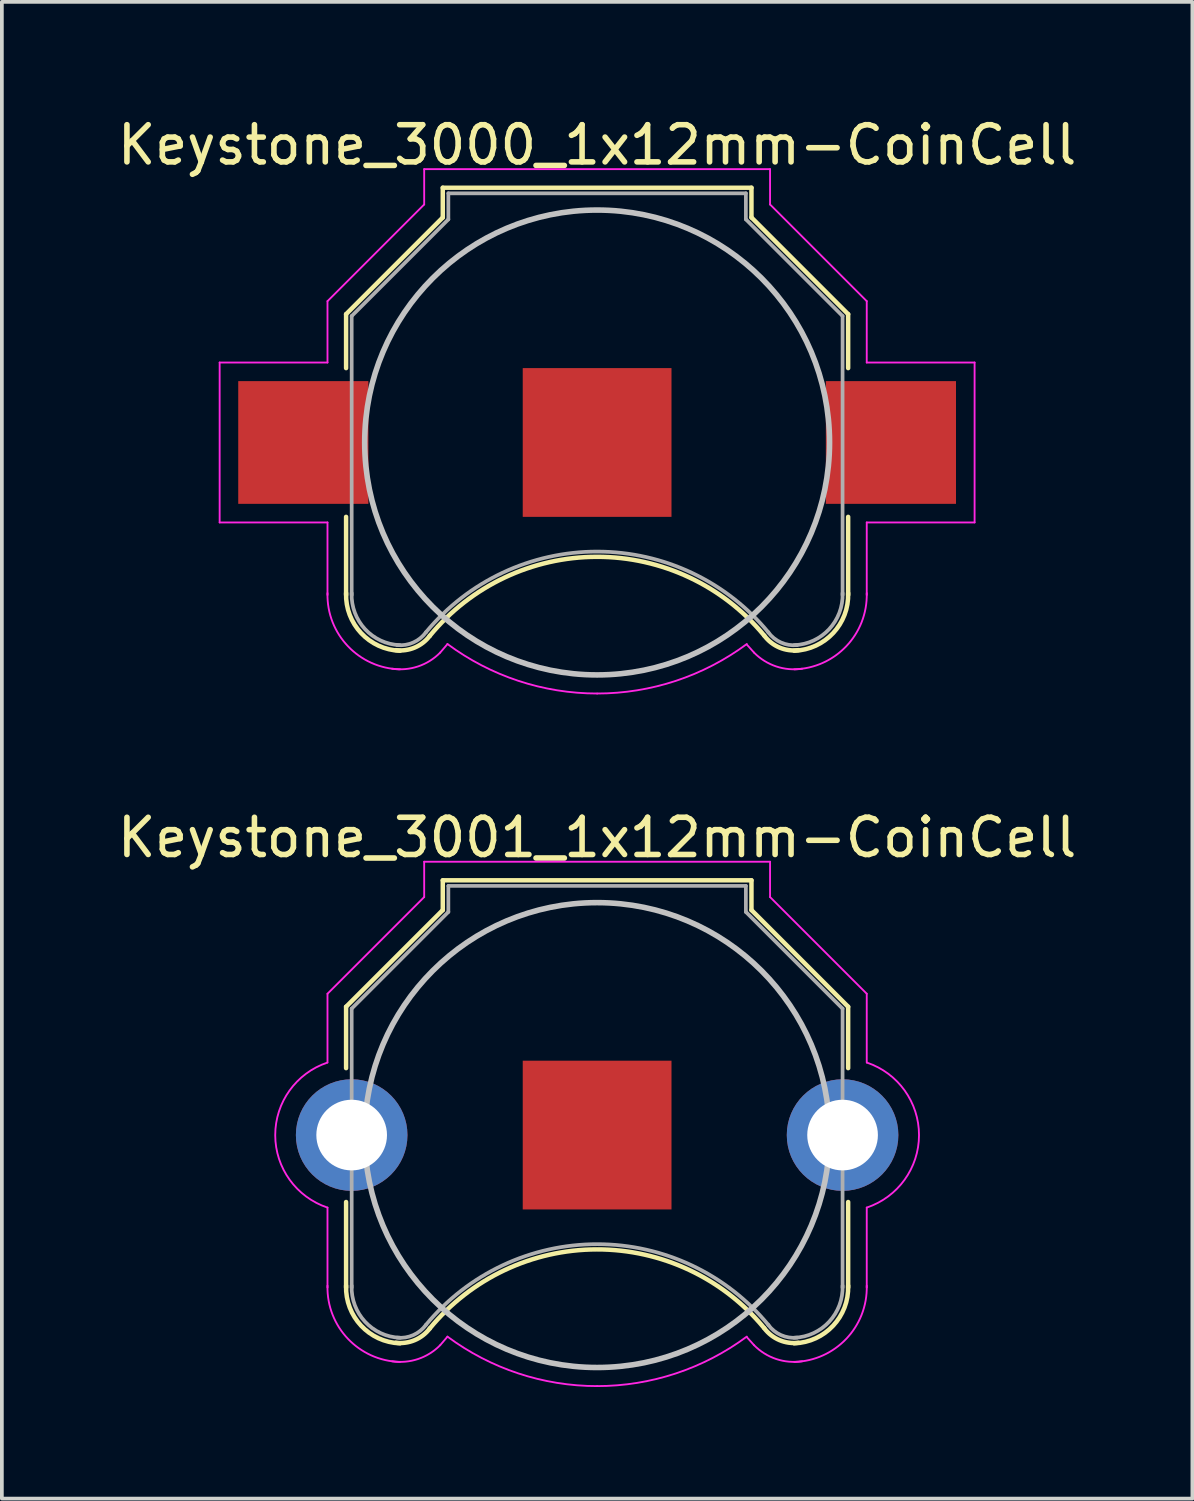
<source format=kicad_pcb>
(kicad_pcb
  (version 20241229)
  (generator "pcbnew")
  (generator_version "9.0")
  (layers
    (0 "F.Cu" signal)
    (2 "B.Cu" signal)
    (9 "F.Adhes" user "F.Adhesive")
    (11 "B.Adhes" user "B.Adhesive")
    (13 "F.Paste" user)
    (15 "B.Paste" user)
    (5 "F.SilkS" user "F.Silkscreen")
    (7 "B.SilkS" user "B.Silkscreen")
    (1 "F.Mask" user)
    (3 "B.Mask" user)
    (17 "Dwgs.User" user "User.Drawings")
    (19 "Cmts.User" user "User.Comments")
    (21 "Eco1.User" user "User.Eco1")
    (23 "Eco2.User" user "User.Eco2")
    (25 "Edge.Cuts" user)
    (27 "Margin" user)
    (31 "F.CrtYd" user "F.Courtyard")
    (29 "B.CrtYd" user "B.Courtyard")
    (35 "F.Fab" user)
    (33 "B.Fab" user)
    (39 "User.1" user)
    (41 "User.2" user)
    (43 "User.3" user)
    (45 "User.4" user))
  (footprint "Keystone_3001_1x12mm-CoinCell"
    (layer "F.Cu")
    (at 13.006 27.471)
    (property "Reference" "Keystone_3001_1x12mm-CoinCell" (at 0 -8 0) (layer "F.SilkS") (effects (font (size 1 1) (thickness 0.15))))
    (attr through_hole)
    (fp_line (start -6.75 -3.45) (end -4.15 -6.05) (stroke (width 0.12) (type solid)) (layer "F.SilkS"))
    (fp_line (start -6.75 -1.8) (end -6.75 -3.45) (stroke (width 0.12) (type solid)) (layer "F.SilkS"))
    (fp_line (start -6.75 1.8) (end -6.75 4.1) (stroke (width 0.12) (type solid)) (layer "F.SilkS"))
    (fp_line (start -4.15 -6.85) (end 4.15 -6.85) (stroke (width 0.12) (type solid)) (layer "F.SilkS"))
    (fp_line (start -4.15 -6.05) (end -4.15 -6.85) (stroke (width 0.12) (type solid)) (layer "F.SilkS"))
    (fp_line (start 4.15 -6.85) (end 4.15 -6.05) (stroke (width 0.12) (type solid)) (layer "F.SilkS"))
    (fp_line (start 4.15 -6.05) (end 6.75 -3.45) (stroke (width 0.12) (type solid)) (layer "F.SilkS"))
    (fp_line (start 6.75 -3.45) (end 6.75 -1.8) (stroke (width 0.12) (type solid)) (layer "F.SilkS"))
    (fp_line (start 6.75 1.8) (end 6.75 4.1) (stroke (width 0.12) (type solid)) (layer "F.SilkS"))
    (fp_arc (start -5.3 5.6) (mid -6.346016 5.125305) (end -6.75 4.05) (stroke (width 0.12) (type solid)) (layer "F.SilkS"))
    (fp_arc (start -4.5 5.2) (mid -4.90584 5.514615) (end -5.414615 5.58416) (stroke (width 0.12) (type solid)) (layer "F.SilkS"))
    (fp_arc (start -4.5 5.2) (mid -0.007341 3.0742) (end 4.490661 5.188671) (stroke (width 0.12) (type solid)) (layer "F.SilkS"))
    (fp_arc (start 5.414615 5.58416) (mid 4.90584 5.514615) (end 4.5 5.2) (stroke (width 0.12) (type solid)) (layer "F.SilkS"))
    (fp_arc (start 6.75 4.05) (mid 6.346016 5.125305) (end 5.3 5.6) (stroke (width 0.12) (type solid)) (layer "F.SilkS"))
    (fp_circle (center 0 0) (end 0 6.25) (stroke (width 0.15) (type solid)) (fill no) (layer "Dwgs.User"))
    (fp_line (start -7.25 -3.8) (end -4.65 -6.4) (stroke (width 0.05) (type solid)) (layer "F.CrtYd"))
    (fp_line (start -7.25 -1.95) (end -7.25 -3.8) (stroke (width 0.05) (type solid)) (layer "F.CrtYd"))
    (fp_line (start -7.25 1.95) (end -7.25 4.1) (stroke (width 0.05) (type solid)) (layer "F.CrtYd"))
    (fp_line (start -4.65 -7.35) (end 4.65 -7.35) (stroke (width 0.05) (type solid)) (layer "F.CrtYd"))
    (fp_line (start -4.65 -6.4) (end -4.65 -7.35) (stroke (width 0.05) (type solid)) (layer "F.CrtYd"))
    (fp_line (start 4.65 -6.4) (end 4.65 -7.35) (stroke (width 0.05) (type solid)) (layer "F.CrtYd"))
    (fp_line (start 7.25 -3.8) (end 4.65 -6.4) (stroke (width 0.05) (type solid)) (layer "F.CrtYd"))
    (fp_line (start 7.25 -1.95) (end 7.25 -3.8) (stroke (width 0.05) (type solid)) (layer "F.CrtYd"))
    (fp_line (start 7.25 1.95) (end 7.25 4.1) (stroke (width 0.05) (type solid)) (layer "F.CrtYd"))
    (fp_arc (start -7.25 1.95) (mid -8.655479 0.002334) (end -7.254426 -1.948519) (stroke (width 0.05) (type solid)) (layer "F.CrtYd"))
    (fp_arc (start -5.3 6.1) (mid -6.699569 5.478858) (end -7.25 4.05) (stroke (width 0.05) (type solid)) (layer "F.CrtYd"))
    (fp_arc (start -4.22 5.65) (mid -4.814553 6.021742) (end -5.513125 6.082436) (stroke (width 0.05) (type solid)) (layer "F.CrtYd"))
    (fp_arc (start -4.22 5.65) (mid -4.123743 5.534157) (end -4.024388 5.42096) (stroke (width 0.05) (type solid)) (layer "F.CrtYd"))
    (fp_arc (start 0 6.75) (mid -2.119449 6.408622) (end -4.024518 5.419018) (stroke (width 0.05) (type solid)) (layer "F.CrtYd"))
    (fp_arc (start 4.024518 5.419018) (mid 2.119449 6.408622) (end 0 6.75) (stroke (width 0.05) (type solid)) (layer "F.CrtYd"))
    (fp_arc (start 4.02471 5.432858) (mid 4.123824 5.540108) (end 4.22 5.65) (stroke (width 0.05) (type solid)) (layer "F.CrtYd"))
    (fp_arc (start 5.513125 6.082436) (mid 4.814553 6.021742) (end 4.22 5.65) (stroke (width 0.05) (type solid)) (layer "F.CrtYd"))
    (fp_arc (start 7.25 4.05) (mid 6.699569 5.478858) (end 5.3 6.1) (stroke (width 0.05) (type solid)) (layer "F.CrtYd"))
    (fp_arc (start 7.254426 -1.948519) (mid 8.655479 0.002334) (end 7.25 1.95) (stroke (width 0.05) (type solid)) (layer "F.CrtYd"))
    (fp_line (start -6.6 -3.4) (end -6.6 4.1) (stroke (width 0.1) (type solid)) (layer "F.Fab"))
    (fp_line (start -4 -6.7) (end -4 -6) (stroke (width 0.1) (type solid)) (layer "F.Fab"))
    (fp_line (start -4 -6.7) (end 4 -6.7) (stroke (width 0.1) (type solid)) (layer "F.Fab"))
    (fp_line (start -4 -6) (end -6.6 -3.4) (stroke (width 0.1) (type solid)) (layer "F.Fab"))
    (fp_line (start 4 -6.7) (end 4 -6) (stroke (width 0.1) (type solid)) (layer "F.Fab"))
    (fp_line (start 4 -6) (end 6.6 -3.4) (stroke (width 0.1) (type solid)) (layer "F.Fab"))
    (fp_line (start 6.6 -3.4) (end 6.6 4.1) (stroke (width 0.1) (type solid)) (layer "F.Fab"))
    (fp_arc (start -5.3 5.45) (mid -6.239949 5.019239) (end -6.6 4.05) (stroke (width 0.1) (type solid)) (layer "F.Fab"))
    (fp_arc (start -4.6 5.1) (mid -4.942443 5.378013) (end -5.378013 5.447558) (stroke (width 0.1) (type solid)) (layer "F.Fab"))
    (fp_arc (start -4.6 5.1) (mid 0.006214 2.93343) (end 4.607905 5.109589) (stroke (width 0.1) (type solid)) (layer "F.Fab"))
    (fp_arc (start 5.378013 5.447558) (mid 4.942442 5.378013) (end 4.6 5.1) (stroke (width 0.1) (type solid)) (layer "F.Fab"))
    (fp_arc (start 6.6 4.05) (mid 6.239949 5.019239) (end 5.3 5.45) (stroke (width 0.1) (type solid)) (layer "F.Fab"))
    (pad "1" thru_hole circle (at -6.6 0) (size 3 3) (drill 1.9) (layers "*.Cu" "*.Mask"))
    (pad "1" thru_hole circle (at 6.6 0) (size 3 3) (drill 1.9) (layers "*.Cu" "*.Mask"))
    (pad "2" smd rect (at 0 0) (size 4 4) (layers "F.Cu" "F.Mask")))
  (footprint "Keystone_3000_1x12mm-CoinCell"
    (layer "F.Cu")
    (at 13.006 8.848)
    (property "Reference" "Keystone_3000_1x12mm-CoinCell" (at 0 -8 0) (layer "F.SilkS") (effects (font (size 1 1) (thickness 0.15))))
    (attr smd)
    (fp_line (start -6.75 -3.45) (end -4.15 -6.05) (stroke (width 0.12) (type solid)) (layer "F.SilkS"))
    (fp_line (start -6.75 -2) (end -6.75 -3.45) (stroke (width 0.12) (type solid)) (layer "F.SilkS"))
    (fp_line (start -6.75 2) (end -6.75 4.1) (stroke (width 0.12) (type solid)) (layer "F.SilkS"))
    (fp_line (start -4.15 -6.85) (end 4.15 -6.85) (stroke (width 0.12) (type solid)) (layer "F.SilkS"))
    (fp_line (start -4.15 -6.05) (end -4.15 -6.85) (stroke (width 0.12) (type solid)) (layer "F.SilkS"))
    (fp_line (start 4.15 -6.85) (end 4.15 -6.05) (stroke (width 0.12) (type solid)) (layer "F.SilkS"))
    (fp_line (start 4.15 -6.05) (end 6.75 -3.45) (stroke (width 0.12) (type solid)) (layer "F.SilkS"))
    (fp_line (start 6.75 -3.45) (end 6.75 -2) (stroke (width 0.12) (type solid)) (layer "F.SilkS"))
    (fp_line (start 6.75 2) (end 6.75 4.1) (stroke (width 0.12) (type solid)) (layer "F.SilkS"))
    (fp_arc (start -5.3 5.6) (mid -6.346016 5.125305) (end -6.75 4.05) (stroke (width 0.12) (type solid)) (layer "F.SilkS"))
    (fp_arc (start -4.5 5.2) (mid -4.90584 5.514615) (end -5.414615 5.58416) (stroke (width 0.12) (type solid)) (layer "F.SilkS"))
    (fp_arc (start -4.5 5.2) (mid -0.007341 3.0742) (end 4.490661 5.188671) (stroke (width 0.12) (type solid)) (layer "F.SilkS"))
    (fp_arc (start 5.414615 5.58416) (mid 4.90584 5.514615) (end 4.5 5.2) (stroke (width 0.12) (type solid)) (layer "F.SilkS"))
    (fp_arc (start 6.75 4.05) (mid 6.346016 5.125305) (end 5.3 5.6) (stroke (width 0.12) (type solid)) (layer "F.SilkS"))
    (fp_circle (center 0 0) (end 0 6.25) (stroke (width 0.15) (type solid)) (fill no) (layer "Dwgs.User"))
    (fp_line (start -10.15 -2.15) (end -10.15 2.15) (stroke (width 0.05) (type solid)) (layer "F.CrtYd"))
    (fp_line (start -10.15 2.15) (end -7.25 2.15) (stroke (width 0.05) (type solid)) (layer "F.CrtYd"))
    (fp_line (start -7.25 -3.8) (end -4.65 -6.4) (stroke (width 0.05) (type solid)) (layer "F.CrtYd"))
    (fp_line (start -7.25 -2.15) (end -10.15 -2.15) (stroke (width 0.05) (type solid)) (layer "F.CrtYd"))
    (fp_line (start -7.25 -2.15) (end -7.25 -3.8) (stroke (width 0.05) (type solid)) (layer "F.CrtYd"))
    (fp_line (start -7.25 2.15) (end -7.25 4.1) (stroke (width 0.05) (type solid)) (layer "F.CrtYd"))
    (fp_line (start -4.65 -7.35) (end 4.65 -7.35) (stroke (width 0.05) (type solid)) (layer "F.CrtYd"))
    (fp_line (start -4.65 -6.4) (end -4.65 -7.35) (stroke (width 0.05) (type solid)) (layer "F.CrtYd"))
    (fp_line (start 4.65 -6.4) (end 4.65 -7.35) (stroke (width 0.05) (type solid)) (layer "F.CrtYd"))
    (fp_line (start 7.25 -3.8) (end 4.65 -6.4) (stroke (width 0.05) (type solid)) (layer "F.CrtYd"))
    (fp_line (start 7.25 -2.15) (end 7.25 -3.8) (stroke (width 0.05) (type solid)) (layer "F.CrtYd"))
    (fp_line (start 7.25 -2.15) (end 10.15 -2.15) (stroke (width 0.05) (type solid)) (layer "F.CrtYd"))
    (fp_line (start 7.25 2.15) (end 7.25 4.1) (stroke (width 0.05) (type solid)) (layer "F.CrtYd"))
    (fp_line (start 10.15 -2.15) (end 10.15 2.15) (stroke (width 0.05) (type solid)) (layer "F.CrtYd"))
    (fp_line (start 10.15 2.15) (end 7.25 2.15) (stroke (width 0.05) (type solid)) (layer "F.CrtYd"))
    (fp_arc (start -5.3 6.1) (mid -6.699569 5.478858) (end -7.25 4.05) (stroke (width 0.05) (type solid)) (layer "F.CrtYd"))
    (fp_arc (start -4.22 5.65) (mid -4.814553 6.021742) (end -5.513125 6.082436) (stroke (width 0.05) (type solid)) (layer "F.CrtYd"))
    (fp_arc (start -4.22 5.65) (mid -4.123743 5.534157) (end -4.024388 5.42096) (stroke (width 0.05) (type solid)) (layer "F.CrtYd"))
    (fp_arc (start 0 6.75) (mid -2.119449 6.408622) (end -4.024518 5.419018) (stroke (width 0.05) (type solid)) (layer "F.CrtYd"))
    (fp_arc (start 4.024518 5.419018) (mid 2.119449 6.408622) (end 0 6.75) (stroke (width 0.05) (type solid)) (layer "F.CrtYd"))
    (fp_arc (start 4.02471 5.432858) (mid 4.123824 5.540108) (end 4.22 5.65) (stroke (width 0.05) (type solid)) (layer "F.CrtYd"))
    (fp_arc (start 5.513125 6.082436) (mid 4.814553 6.021742) (end 4.22 5.65) (stroke (width 0.05) (type solid)) (layer "F.CrtYd"))
    (fp_arc (start 7.25 4.05) (mid 6.699569 5.478858) (end 5.3 6.1) (stroke (width 0.05) (type solid)) (layer "F.CrtYd"))
    (fp_line (start -6.6 -3.4) (end -6.6 4.1) (stroke (width 0.1) (type solid)) (layer "F.Fab"))
    (fp_line (start -4 -6.7) (end -4 -6) (stroke (width 0.1) (type solid)) (layer "F.Fab"))
    (fp_line (start -4 -6.7) (end 4 -6.7) (stroke (width 0.1) (type solid)) (layer "F.Fab"))
    (fp_line (start -4 -6) (end -6.6 -3.4) (stroke (width 0.1) (type solid)) (layer "F.Fab"))
    (fp_line (start 4 -6.7) (end 4 -6) (stroke (width 0.1) (type solid)) (layer "F.Fab"))
    (fp_line (start 4 -6) (end 6.6 -3.4) (stroke (width 0.1) (type solid)) (layer "F.Fab"))
    (fp_line (start 6.6 -3.4) (end 6.6 4.1) (stroke (width 0.1) (type solid)) (layer "F.Fab"))
    (fp_arc (start -5.3 5.45) (mid -6.239949 5.019239) (end -6.6 4.05) (stroke (width 0.1) (type solid)) (layer "F.Fab"))
    (fp_arc (start -4.6 5.1) (mid -4.942443 5.378013) (end -5.378013 5.447558) (stroke (width 0.1) (type solid)) (layer "F.Fab"))
    (fp_arc (start -4.6 5.1) (mid 0.006214 2.93343) (end 4.607905 5.109589) (stroke (width 0.1) (type solid)) (layer "F.Fab"))
    (fp_arc (start 5.378013 5.447558) (mid 4.942442 5.378013) (end 4.6 5.1) (stroke (width 0.1) (type solid)) (layer "F.Fab"))
    (fp_arc (start 6.6 4.05) (mid 6.239949 5.019239) (end 5.3 5.45) (stroke (width 0.1) (type solid)) (layer "F.Fab"))
    (pad "1" smd rect (at -7.9 0) (size 3.5 3.3) (layers "F.Cu" "F.Mask" "F.Paste"))
    (pad "1" smd rect (at 7.9 0) (size 3.5 3.3) (layers "F.Cu" "F.Mask" "F.Paste"))
    (pad "2" smd rect (at 0 0) (size 4 4) (layers "F.Cu" "F.Mask")))
  (gr_rect
    (start -3 -3)
    (end 29.012 37.246)
    (stroke (width 0.1) (type default))
    (fill no)
    (layer "Edge.Cuts")))
</source>
